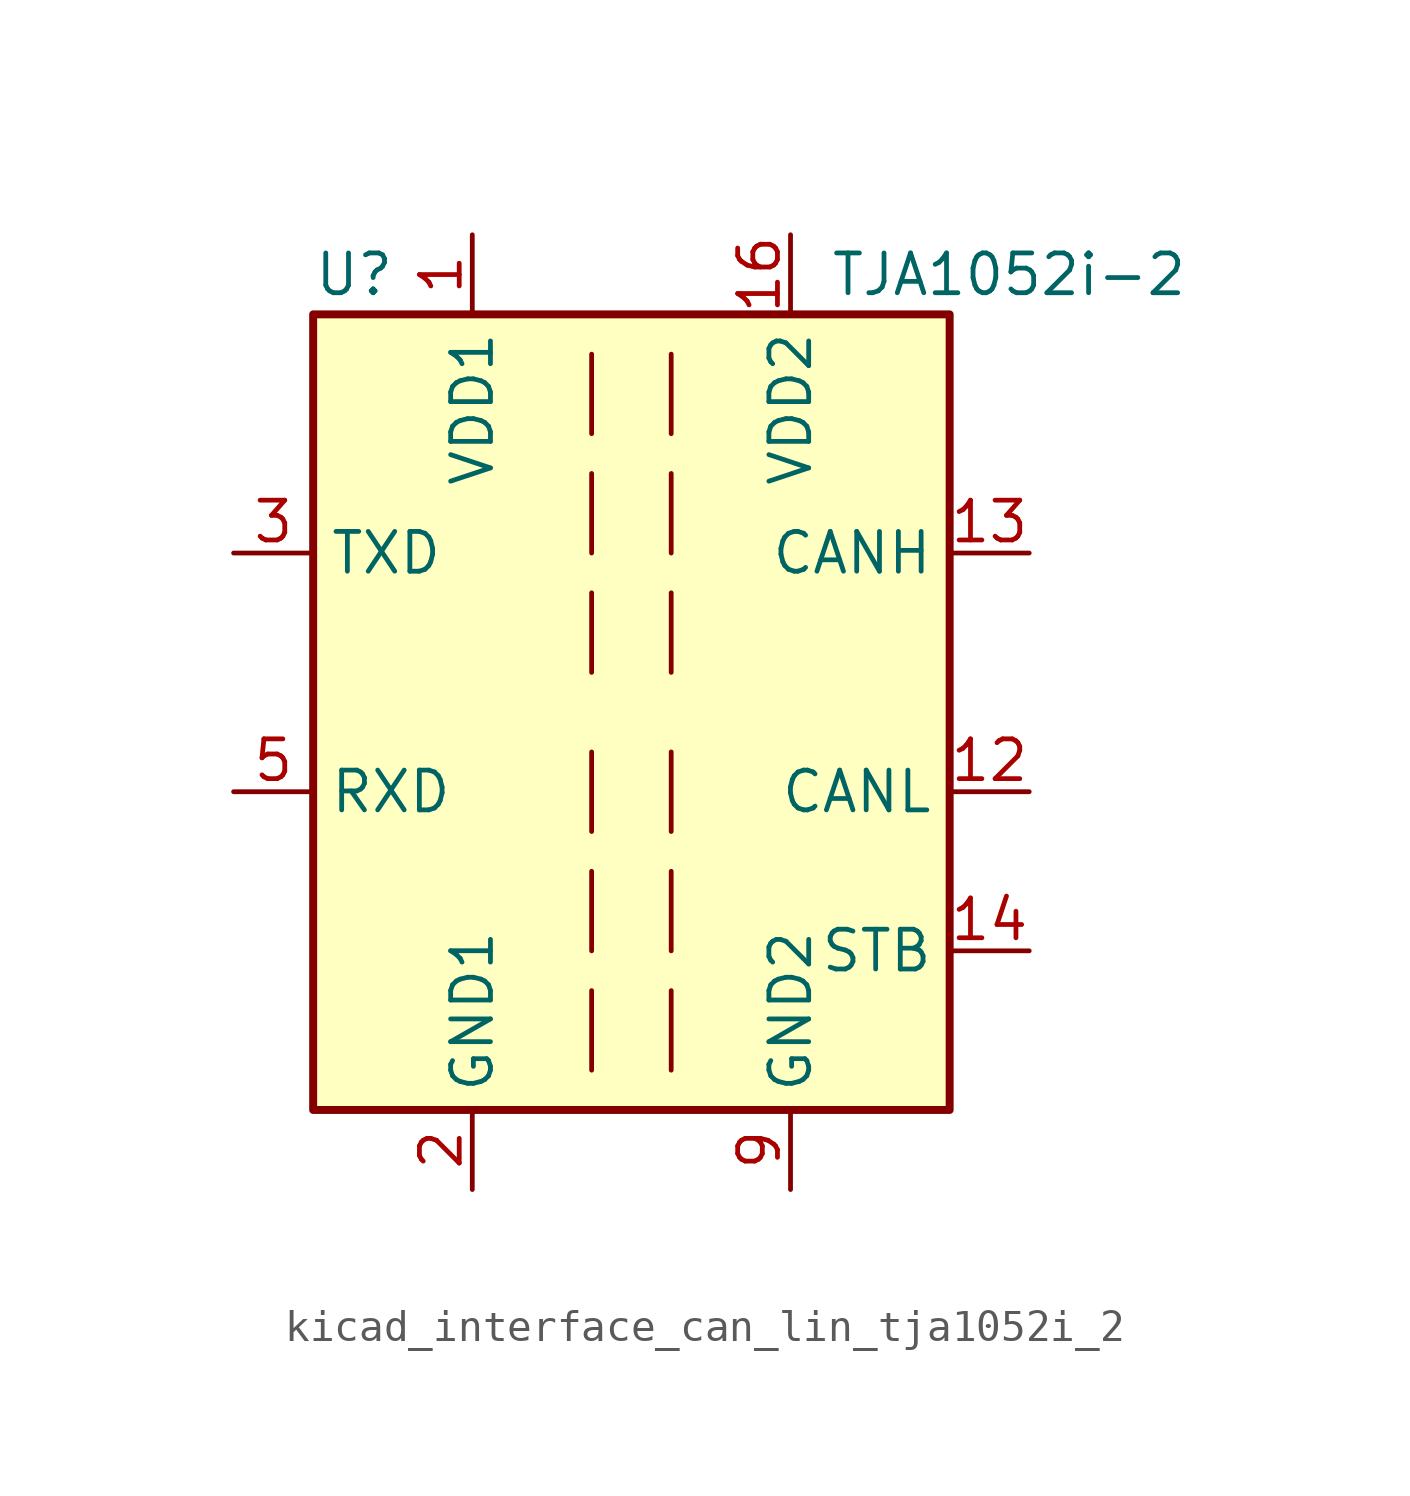
<source format=kicad_sym>
(kicad_symbol_lib
  (version 20220914)
  (generator kicad_symbol_editor)
  (symbol "kicad_interface_can_lin_tja1052i_2"
    (property "Reference" "U"
      (at -10.16 13.97 0)
      (effects (font (size 1.27 1.27)) (justify left)))
    (property "Value" "TJA1052i-2"
      (at 17.78 13.97 0)
      (effects (font (size 1.27 1.27)) (justify right)))
    (symbol "kicad_interface_can_lin_tja1052i_2_0_1"
      (rectangle (start -10.16 12.7) (end 10.16 -12.7) (stroke (width 0.254) (type default)) (fill (type background)))
      (polyline (pts (xy -1.27 -11.43) (xy -1.27 -8.89)) (stroke (width 0) (type default)) (fill (type none)))
      (polyline (pts (xy -1.27 3.81) (xy -1.27 1.27)) (stroke (width 0) (type default)) (fill (type none)))
      (polyline (pts (xy -1.27 7.62) (xy -1.27 5.08)) (stroke (width 0) (type default)) (fill (type none)))
      (polyline (pts (xy -1.27 11.43) (xy -1.27 8.89)) (stroke (width 0) (type default)) (fill (type none)))
      (polyline (pts (xy 1.27 -11.43) (xy 1.27 -8.89)) (stroke (width 0) (type default)) (fill (type none)))
      (polyline (pts (xy 1.27 -7.62) (xy 1.27 -5.08)) (stroke (width 0) (type default)) (fill (type none)))
      (polyline (pts (xy 1.27 -3.81) (xy 1.27 -1.27)) (stroke (width 0) (type default)) (fill (type none)))
      (polyline (pts (xy 1.27 1.27) (xy 1.27 3.81)) (stroke (width 0) (type default)) (fill (type none)))
      (polyline (pts (xy 1.27 5.08) (xy 1.27 7.62)) (stroke (width 0) (type default)) (fill (type none)))
      (polyline (pts (xy 1.27 8.89) (xy 1.27 11.43)) (stroke (width 0) (type default)) (fill (type none)))
      (polyline (pts (xy -1.27 -7.62) (xy -1.27 -6.35) (xy -1.27 -5.08)) (stroke (width 0) (type default)) (fill (type none)))
      (polyline (pts (xy -1.27 -3.81) (xy -1.27 -2.54) (xy -1.27 -1.27)) (stroke (width 0) (type default)) (fill (type none))))
    (symbol "kicad_interface_can_lin_tja1052i_2_1_1"
      (pin power_in line (at -5.08 15.24 270) (length 2.54) (name "VDD1" (effects (font (size 1.27 1.27)))) (number "1" (effects (font (size 1.27 1.27)))))
      (pin passive line (at 5.08 -15.24 90) (length 2.54) hide (name "GND2" (effects (font (size 1.27 1.27)))) (number "10" (effects (font (size 1.27 1.27)))))
      (pin passive line (at 5.08 15.24 270) (length 2.54) hide (name "VDD2" (effects (font (size 1.27 1.27)))) (number "11" (effects (font (size 1.27 1.27)))))
      (pin bidirectional line (at 12.7 -2.54 180) (length 2.54) (name "CANL" (effects (font (size 1.27 1.27)))) (number "12" (effects (font (size 1.27 1.27)))))
      (pin bidirectional line (at 12.7 5.08 180) (length 2.54) (name "CANH" (effects (font (size 1.27 1.27)))) (number "13" (effects (font (size 1.27 1.27)))))
      (pin input line (at 12.7 -7.62 180) (length 2.54) (name "STB" (effects (font (size 1.27 1.27)))) (number "14" (effects (font (size 1.27 1.27)))))
      (pin passive line (at 5.08 -15.24 90) (length 2.54) hide (name "GND2" (effects (font (size 1.27 1.27)))) (number "15" (effects (font (size 1.27 1.27)))))
      (pin power_in line (at 5.08 15.24 270) (length 2.54) (name "VDD2" (effects (font (size 1.27 1.27)))) (number "16" (effects (font (size 1.27 1.27)))))
      (pin power_in line (at -5.08 -15.24 90) (length 2.54) (name "GND1" (effects (font (size 1.27 1.27)))) (number "2" (effects (font (size 1.27 1.27)))))
      (pin input line (at -12.7 5.08 0) (length 2.54) (name "TXD" (effects (font (size 1.27 1.27)))) (number "3" (effects (font (size 1.27 1.27)))))
      (pin no_connect line (at -10.16 -7.62 0) (length 2.54) hide (name "NC" (effects (font (size 1.27 1.27)))) (number "4" (effects (font (size 1.27 1.27)))))
      (pin output line (at -12.7 -2.54 0) (length 2.54) (name "RXD" (effects (font (size 1.27 1.27)))) (number "5" (effects (font (size 1.27 1.27)))))
      (pin no_connect line (at -10.16 -10.16 0) (length 2.54) hide (name "NC" (effects (font (size 1.27 1.27)))) (number "6" (effects (font (size 1.27 1.27)))))
      (pin passive line (at -5.08 -15.24 90) (length 2.54) hide (name "GND1" (effects (font (size 1.27 1.27)))) (number "7" (effects (font (size 1.27 1.27)))))
      (pin passive line (at -5.08 -15.24 90) (length 2.54) hide (name "GND1" (effects (font (size 1.27 1.27)))) (number "8" (effects (font (size 1.27 1.27)))))
      (pin power_in line (at 5.08 -15.24 90) (length 2.54) (name "GND2" (effects (font (size 1.27 1.27)))) (number "9" (effects (font (size 1.27 1.27))))))))
</source>
